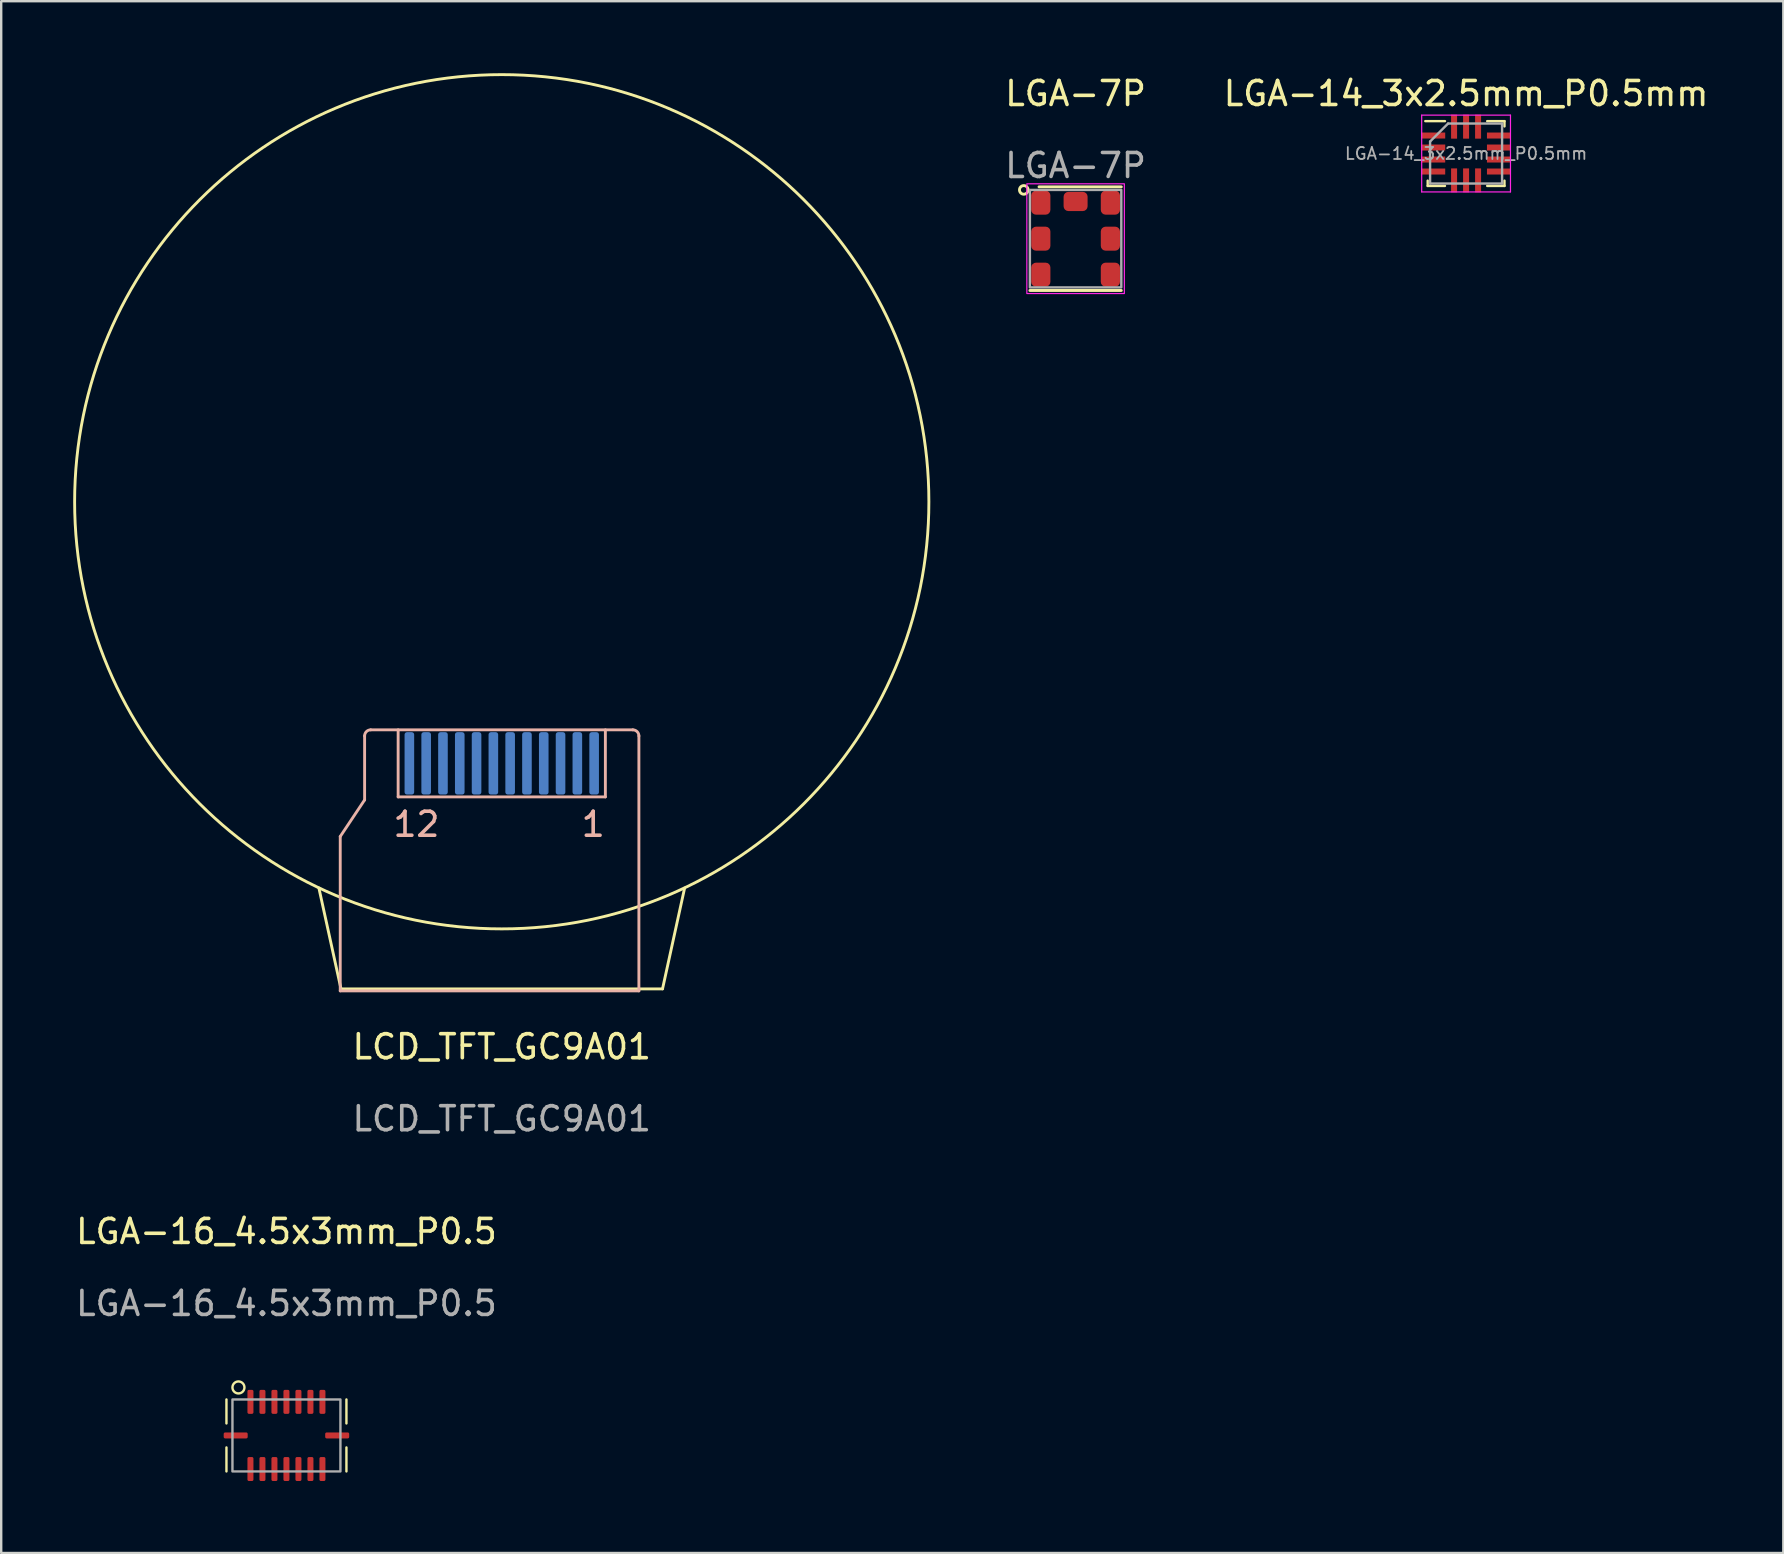
<source format=kicad_pcb>
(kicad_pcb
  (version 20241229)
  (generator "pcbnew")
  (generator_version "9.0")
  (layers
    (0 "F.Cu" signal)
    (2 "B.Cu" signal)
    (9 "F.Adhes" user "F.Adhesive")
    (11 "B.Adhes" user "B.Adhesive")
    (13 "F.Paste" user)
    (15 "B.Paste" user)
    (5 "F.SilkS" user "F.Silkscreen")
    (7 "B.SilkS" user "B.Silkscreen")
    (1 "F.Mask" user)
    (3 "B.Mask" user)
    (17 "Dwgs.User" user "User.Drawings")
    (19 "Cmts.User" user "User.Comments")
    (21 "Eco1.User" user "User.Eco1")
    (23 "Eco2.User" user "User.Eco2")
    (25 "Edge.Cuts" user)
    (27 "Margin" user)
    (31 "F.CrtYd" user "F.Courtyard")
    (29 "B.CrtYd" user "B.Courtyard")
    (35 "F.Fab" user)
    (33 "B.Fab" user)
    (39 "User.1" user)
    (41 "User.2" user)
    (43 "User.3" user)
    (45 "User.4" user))
  (footprint "LCD_TFT_GC9A01"
    (layer "F.Cu")
    (at 17.86 38.16)
    (property "Reference" "LCD_TFT_GC9A01" (at 0 2.413 0) (unlocked yes) (layer "F.SilkS") (effects (font (size 1 1) (thickness 0.15))))
    (attr smd)
    (fp_line (start -6.7 0) (end -7.62 -4.2) (stroke (width 0.12) (type solid)) (layer "F.SilkS"))
    (fp_line (start -6.7 0) (end 6.7 0) (stroke (width 0.12) (type solid)) (layer "F.SilkS"))
    (fp_line (start 6.7 0) (end 7.62 -4.2) (stroke (width 0.12) (type solid)) (layer "F.SilkS"))
    (fp_circle (center 0 -20.3) (end 17.8 -20.3) (stroke (width 0.12) (type solid)) (fill no) (layer "F.SilkS"))
    (fp_line (start -6.731 0.083) (end -6.731 -6.35) (stroke (width 0.12) (type solid)) (layer "B.SilkS"))
    (fp_line (start -5.715 -7.874) (end -6.731 -6.35) (stroke (width 0.12) (type solid)) (layer "B.SilkS"))
    (fp_line (start -5.715 -7.874) (end -5.715 -10.541) (stroke (width 0.12) (type solid)) (layer "B.SilkS"))
    (fp_line (start -5.461 -10.795) (end 5.461 -10.795) (stroke (width 0.12) (type solid)) (layer "B.SilkS"))
    (fp_line (start -4.318 -10.795) (end -4.318 -8.001) (stroke (width 0.12) (type solid)) (layer "B.SilkS"))
    (fp_line (start -4.318 -8.001) (end 4.318 -8.001) (stroke (width 0.12) (type solid)) (layer "B.SilkS"))
    (fp_line (start 4.318 -8.001) (end 4.318 -10.795) (stroke (width 0.12) (type solid)) (layer "B.SilkS"))
    (fp_line (start 5.715 -10.541) (end 5.715 0.083) (stroke (width 0.12) (type solid)) (layer "B.SilkS"))
    (fp_line (start 5.715 0.083) (end -6.731 0.083) (stroke (width 0.12) (type solid)) (layer "B.SilkS"))
    (fp_arc (start -5.715 -10.541) (mid -5.640605 -10.720605) (end -5.461 -10.795) (stroke (width 0.12) (type solid)) (layer "B.SilkS"))
    (fp_arc (start 5.461 -10.795) (mid 5.640605 -10.720605) (end 5.715 -10.541) (stroke (width 0.12) (type solid)) (layer "B.SilkS"))
    (fp_text user "1" (at 3.81 -6.858 0) (unlocked yes) (layer "B.SilkS") (effects (font (size 1 1) (thickness 0.15))))
    (fp_text user "12" (at -3.556 -6.858 0) (unlocked yes) (layer "B.SilkS") (effects (font (size 1 1) (thickness 0.15))))
    (fp_text user "${REFERENCE}" (at 0 5.413 0) (unlocked yes) (layer "F.Fab") (effects (font (size 1 1) (thickness 0.15))))
    (pad "1" smd roundrect (at 3.85 -9.398) (size 0.4 2.6) (layers "B.Cu" "B.Mask" "B.Paste") (roundrect_rratio 0.25))
    (pad "2" smd roundrect (at 3.15 -9.398) (size 0.4 2.6) (layers "B.Cu" "B.Mask" "B.Paste") (roundrect_rratio 0.25))
    (pad "3" smd roundrect (at 2.45 -9.398) (size 0.4 2.6) (layers "B.Cu" "B.Mask" "B.Paste") (roundrect_rratio 0.25))
    (pad "4" smd roundrect (at 1.75 -9.398) (size 0.4 2.6) (layers "B.Cu" "B.Mask" "B.Paste") (roundrect_rratio 0.25))
    (pad "5" smd roundrect (at 1.05 -9.398) (size 0.4 2.6) (layers "B.Cu" "B.Mask" "B.Paste") (roundrect_rratio 0.25))
    (pad "6" smd roundrect (at 0.35 -9.398) (size 0.4 2.6) (layers "B.Cu" "B.Mask" "B.Paste") (roundrect_rratio 0.25))
    (pad "7" smd roundrect (at -0.35 -9.398) (size 0.4 2.6) (layers "B.Cu" "B.Mask" "B.Paste") (roundrect_rratio 0.25))
    (pad "8" smd roundrect (at -1.05 -9.398) (size 0.4 2.6) (layers "B.Cu" "B.Mask" "B.Paste") (roundrect_rratio 0.25))
    (pad "9" smd roundrect (at -1.75 -9.398) (size 0.4 2.6) (layers "B.Cu" "B.Mask" "B.Paste") (roundrect_rratio 0.25))
    (pad "10" smd roundrect (at -2.45 -9.398) (size 0.4 2.6) (layers "B.Cu" "B.Mask" "B.Paste") (roundrect_rratio 0.25))
    (pad "11" smd roundrect (at -3.15 -9.398) (size 0.4 2.6) (layers "B.Cu" "B.Mask" "B.Paste") (roundrect_rratio 0.25))
    (pad "12" smd roundrect (at -3.85 -9.398) (size 0.4 2.6) (layers "B.Cu" "B.Mask" "B.Paste") (roundrect_rratio 0.25)))
  (footprint "LGA-16_4.5x3mm_P0.5"
    (layer "F.Cu")
    (at 8.887 56.77)
    (property "Reference" "LGA-16_4.5x3mm_P0.5" (at 0 -8.5 0) (unlocked yes) (layer "F.SilkS") (effects (font (size 1 1) (thickness 0.15))))
    (attr smd)
    (fp_line (start -2.5 -1.5) (end -2.5 -0.5) (stroke (width 0.1) (type default)) (layer "F.SilkS"))
    (fp_line (start -2.5 0.5) (end -2.5 1.5) (stroke (width 0.1) (type default)) (layer "F.SilkS"))
    (fp_line (start 2.5 -0.5) (end 2.5 -1.5) (stroke (width 0.1) (type default)) (layer "F.SilkS"))
    (fp_line (start 2.5 1.5) (end 2.5 0.5) (stroke (width 0.1) (type default)) (layer "F.SilkS"))
    (fp_circle (center -2 -2) (end -1.75 -2) (stroke (width 0.1) (type default)) (fill no) (layer "F.SilkS"))
    (fp_rect (start -2.25 -1.5) (end 2.25 1.5) (stroke (width 0.1) (type default)) (fill no) (layer "F.Fab"))
    (fp_text user "${REFERENCE}" (at 0 -5.5 0) (unlocked yes) (layer "F.Fab") (effects (font (size 1 1) (thickness 0.15))))
    (pad "1" smd roundrect (at -1.5 -1.4) (size 0.25 1) (layers "F.Cu" "F.Mask" "F.Paste") (roundrect_rratio 0.25))
    (pad "2" smd roundrect (at -1 -1.4) (size 0.25 1) (layers "F.Cu" "F.Mask" "F.Paste") (roundrect_rratio 0.25))
    (pad "3" smd roundrect (at -0.5 -1.4) (size 0.25 1) (layers "F.Cu" "F.Mask" "F.Paste") (roundrect_rratio 0.25))
    (pad "4" smd roundrect (at 0 -1.4) (size 0.25 1) (layers "F.Cu" "F.Mask" "F.Paste") (roundrect_rratio 0.25))
    (pad "5" smd roundrect (at 0.5 -1.4) (size 0.25 1) (layers "F.Cu" "F.Mask" "F.Paste") (roundrect_rratio 0.25))
    (pad "6" smd roundrect (at 1 -1.4) (size 0.25 1) (layers "F.Cu" "F.Mask" "F.Paste") (roundrect_rratio 0.25))
    (pad "7" smd roundrect (at 1.5 -1.4) (size 0.25 1) (layers "F.Cu" "F.Mask" "F.Paste") (roundrect_rratio 0.25))
    (pad "8" smd roundrect (at 2.115 0 90) (size 0.25 1) (layers "F.Cu" "F.Mask" "F.Paste") (roundrect_rratio 0.25))
    (pad "9" smd roundrect (at 1.5 1.4 180) (size 0.25 1) (layers "F.Cu" "F.Mask" "F.Paste") (roundrect_rratio 0.25))
    (pad "10" smd roundrect (at 1 1.4 180) (size 0.25 1) (layers "F.Cu" "F.Mask" "F.Paste") (roundrect_rratio 0.25))
    (pad "11" smd roundrect (at 0.5 1.4 180) (size 0.25 1) (layers "F.Cu" "F.Mask" "F.Paste") (roundrect_rratio 0.25))
    (pad "12" smd roundrect (at 0 1.4 180) (size 0.25 1) (layers "F.Cu" "F.Mask" "F.Paste") (roundrect_rratio 0.25))
    (pad "13" smd roundrect (at -0.5 1.4 180) (size 0.25 1) (layers "F.Cu" "F.Mask" "F.Paste") (roundrect_rratio 0.25))
    (pad "14" smd roundrect (at -1 1.4 180) (size 0.25 1) (layers "F.Cu" "F.Mask" "F.Paste") (roundrect_rratio 0.25))
    (pad "15" smd roundrect (at -1.5 1.4 180) (size 0.25 1) (layers "F.Cu" "F.Mask" "F.Paste") (roundrect_rratio 0.25))
    (pad "16" smd roundrect (at -2.115 0 270) (size 0.25 1) (layers "F.Cu" "F.Mask" "F.Paste") (roundrect_rratio 0.25)))
  (footprint "LGA-14_3x2.5mm_P0.5mm"
    (layer "F.Cu")
    (at 58.047 3.348)
    (property "Reference" "LGA-14_3x2.5mm_P0.5mm" (at 0 -2.5 0) (layer "F.SilkS") (effects (font (size 1 1) (thickness 0.15))))
    (attr smd)
    (fp_line (start -1.7 -1.35) (end -0.88 -1.35) (stroke (width 0.1) (type solid)) (layer "F.SilkS"))
    (fp_line (start -1.6 1.35) (end -1.6 1.13) (stroke (width 0.1) (type solid)) (layer "F.SilkS"))
    (fp_line (start -1.6 1.35) (end -0.88 1.35) (stroke (width 0.1) (type solid)) (layer "F.SilkS"))
    (fp_line (start 0.88 -1.35) (end 1.6 -1.35) (stroke (width 0.1) (type solid)) (layer "F.SilkS"))
    (fp_line (start 1.6 -1.35) (end 1.6 -1.13) (stroke (width 0.1) (type solid)) (layer "F.SilkS"))
    (fp_line (start 1.6 1.13) (end 1.6 1.35) (stroke (width 0.1) (type solid)) (layer "F.SilkS"))
    (fp_line (start 1.6 1.35) (end 0.88 1.35) (stroke (width 0.1) (type solid)) (layer "F.SilkS"))
    (fp_line (start -1.85 -1.6) (end 1.85 -1.6) (stroke (width 0.05) (type solid)) (layer "F.CrtYd"))
    (fp_line (start -1.85 1.6) (end -1.85 -1.6) (stroke (width 0.05) (type solid)) (layer "F.CrtYd"))
    (fp_line (start 1.85 -1.6) (end 1.85 1.6) (stroke (width 0.05) (type solid)) (layer "F.CrtYd"))
    (fp_line (start 1.85 1.6) (end -1.85 1.6) (stroke (width 0.05) (type solid)) (layer "F.CrtYd"))
    (fp_line (start -1.5 1.25) (end -1.5 -0.5) (stroke (width 0.1) (type solid)) (layer "F.Fab"))
    (fp_line (start -0.75 -1.25) (end -1.5 -0.5) (stroke (width 0.1) (type solid)) (layer "F.Fab"))
    (fp_line (start -0.75 -1.25) (end 1.5 -1.25) (stroke (width 0.1) (type solid)) (layer "F.Fab"))
    (fp_line (start 1.5 -1.25) (end 1.5 1.25) (stroke (width 0.1) (type solid)) (layer "F.Fab"))
    (fp_line (start 1.5 1.25) (end -1.5 1.25) (stroke (width 0.1) (type solid)) (layer "F.Fab"))
    (fp_text user "${REFERENCE}" (at 0 0 0) (layer "F.Fab") (effects (font (size 0.5 0.5) (thickness 0.075))))
    (pad "1" smd rect (at -1.37 -0.75) (size 1 0.25) (layers "F.Cu" "F.Mask" "F.Paste"))
    (pad "2" smd rect (at -1.37 -0.25) (size 1 0.25) (layers "F.Cu" "F.Mask" "F.Paste"))
    (pad "3" smd rect (at -1.37 0.25) (size 1 0.25) (layers "F.Cu" "F.Mask" "F.Paste"))
    (pad "4" smd rect (at -1.37 0.75) (size 1 0.25) (layers "F.Cu" "F.Mask" "F.Paste"))
    (pad "5" smd rect (at -0.5 1.12) (size 0.25 1) (layers "F.Cu" "F.Mask" "F.Paste"))
    (pad "6" smd rect (at 0 1.12) (size 0.25 1) (layers "F.Cu" "F.Mask" "F.Paste"))
    (pad "7" smd rect (at 0.5 1.12) (size 0.25 1) (layers "F.Cu" "F.Mask" "F.Paste"))
    (pad "8" smd rect (at 1.37 0.75) (size 1 0.25) (layers "F.Cu" "F.Mask" "F.Paste"))
    (pad "9" smd rect (at 1.37 0.25) (size 1 0.25) (layers "F.Cu" "F.Mask" "F.Paste"))
    (pad "10" smd rect (at 1.37 -0.25) (size 1 0.25) (layers "F.Cu" "F.Mask" "F.Paste"))
    (pad "11" smd rect (at 1.37 -0.75) (size 1 0.25) (layers "F.Cu" "F.Mask" "F.Paste"))
    (pad "12" smd rect (at 0.5 -1.12) (size 0.25 1) (layers "F.Cu" "F.Mask" "F.Paste"))
    (pad "13" smd rect (at 0 -1.12) (size 0.25 1) (layers "F.Cu" "F.Mask" "F.Paste"))
    (pad "14" smd rect (at -0.5 -1.12) (size 0.25 1) (layers "F.Cu" "F.Mask" "F.Paste")))
  (footprint "LGA-7P"
    (layer "F.Cu")
    (at 41.774 6.896)
    (property "Reference" "LGA-7P" (at 0 -6.048 0) (unlocked yes) (layer "F.SilkS") (effects (font (size 1 1) (thickness 0.15))))
    (attr smd)
    (fp_line (start -1.905 2.159) (end 1.905 2.159) (stroke (width 0.12) (type solid)) (layer "F.SilkS"))
    (fp_line (start -1.524 -2.159) (end 1.905 -2.159) (stroke (width 0.12) (type solid)) (layer "F.SilkS"))
    (fp_circle (center -2.159 -2.032) (end -2.032 -1.905) (stroke (width 0.12) (type solid)) (fill no) (layer "F.SilkS"))
    (fp_rect (start -2.032 -2.286) (end 2.032 2.286) (stroke (width 0.05) (type solid)) (fill no) (layer "F.CrtYd"))
    (fp_rect (start -1.905 -2.032) (end 1.905 2.032) (stroke (width 0.1) (type solid)) (fill no) (layer "F.Fab"))
    (fp_text user "${REFERENCE}" (at 0 -3.048 0) (unlocked yes) (layer "F.Fab") (effects (font (size 1 1) (thickness 0.15))))
    (pad "1" smd roundrect (at -1.45 -1.5) (size 0.8 1) (layers "F.Cu" "F.Mask" "F.Paste") (roundrect_rratio 0.25))
    (pad "2" smd roundrect (at -1.45 0) (size 0.8 1) (layers "F.Cu" "F.Mask" "F.Paste") (roundrect_rratio 0.25))
    (pad "3" smd roundrect (at -1.45 1.5) (size 0.8 1) (layers "F.Cu" "F.Mask" "F.Paste") (roundrect_rratio 0.25))
    (pad "4" smd roundrect (at 1.45 1.5) (size 0.8 1) (layers "F.Cu" "F.Mask" "F.Paste") (roundrect_rratio 0.25))
    (pad "5" smd roundrect (at 1.45 0) (size 0.8 1) (layers "F.Cu" "F.Mask" "F.Paste") (roundrect_rratio 0.25))
    (pad "6" smd roundrect (at 1.45 -1.5) (size 0.8 1) (layers "F.Cu" "F.Mask" "F.Paste") (roundrect_rratio 0.25))
    (pad "7" smd roundrect (at 0 -1.55 90) (size 0.8 1) (layers "F.Cu" "F.Mask" "F.Paste") (roundrect_rratio 0.25)))
  (gr_rect
    (start -3 -3)
    (end 71.268 61.669)
    (stroke (width 0.1) (type default))
    (fill no)
    (layer "Edge.Cuts")))
</source>
